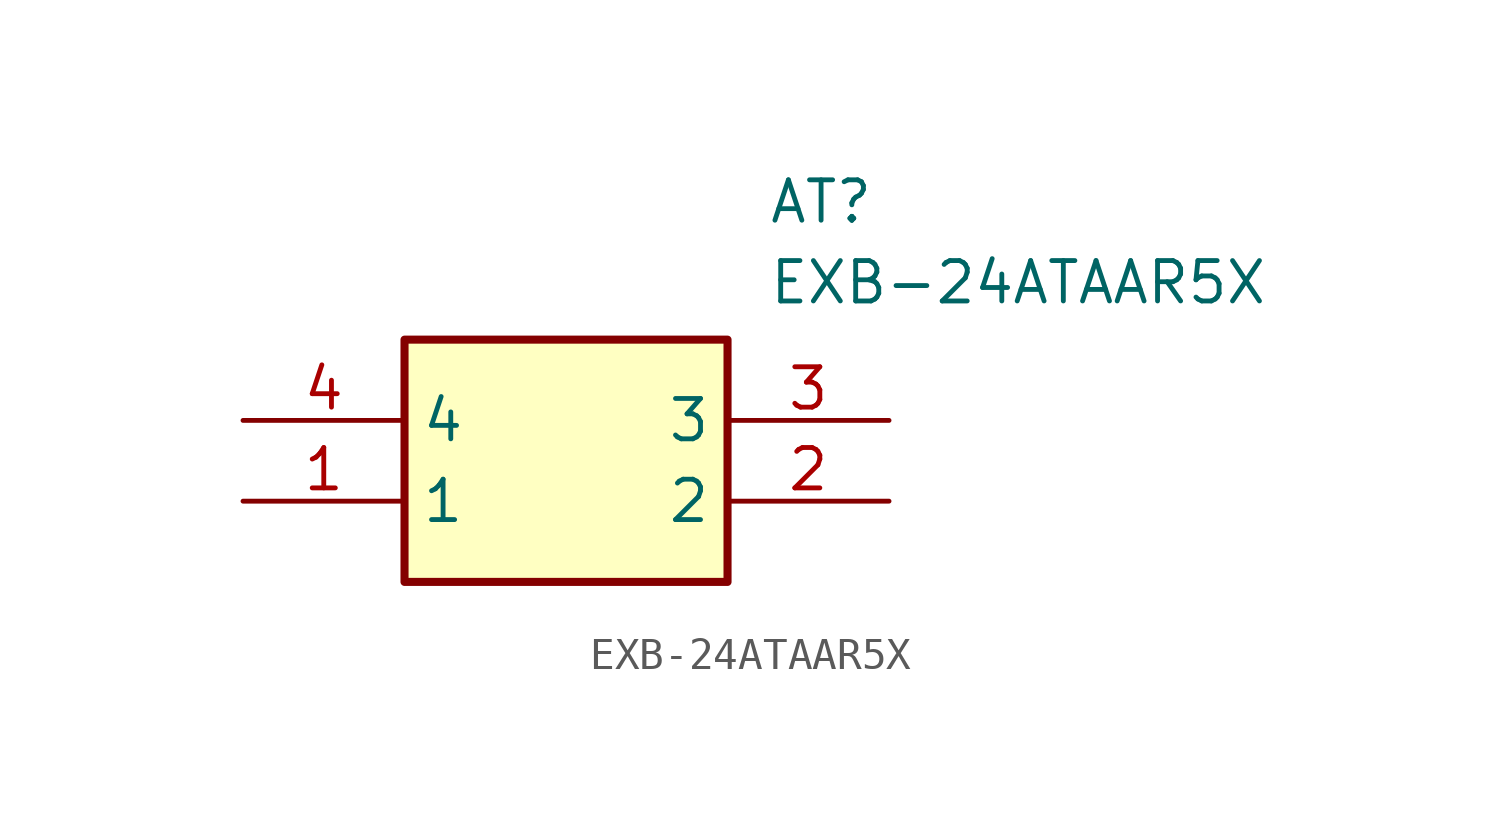
<source format=kicad_sym>
(kicad_symbol_lib
  (version 20211014)
  (generator SamacSys_ECAD_Model)
  (symbol "EXB-24ATAAR5X"
    (property "Reference" "AT"
      (at 16.51 7.62 0)
      (effects (font (size 1.27 1.27)) (justify left top)))
    (property "Value" "EXB-24ATAAR5X"
      (at 16.51 5.08 0)
      (effects (font (size 1.27 1.27)) (justify left top)))
    (rectangle
      (start 5.08 2.54)
      (end 15.24 -5.08)
      (stroke (width 0.254) (type default))
      (fill (type background)))
    (pin passive line
      (at 0 -2.54 0)
      (length 5.08)
      (name "1" (effects (font (size 1.27 1.27))))
      (number "1" (effects (font (size 1.27 1.27)))))
    (pin passive line
      (at 20.32 -2.54 180)
      (length 5.08)
      (name "2" (effects (font (size 1.27 1.27))))
      (number "2" (effects (font (size 1.27 1.27)))))
    (pin passive line
      (at 20.32 0 180)
      (length 5.08)
      (name "3" (effects (font (size 1.27 1.27))))
      (number "3" (effects (font (size 1.27 1.27)))))
    (pin passive line
      (at 0 0 0)
      (length 5.08)
      (name "4" (effects (font (size 1.27 1.27))))
      (number "4" (effects (font (size 1.27 1.27)))))))
</source>
